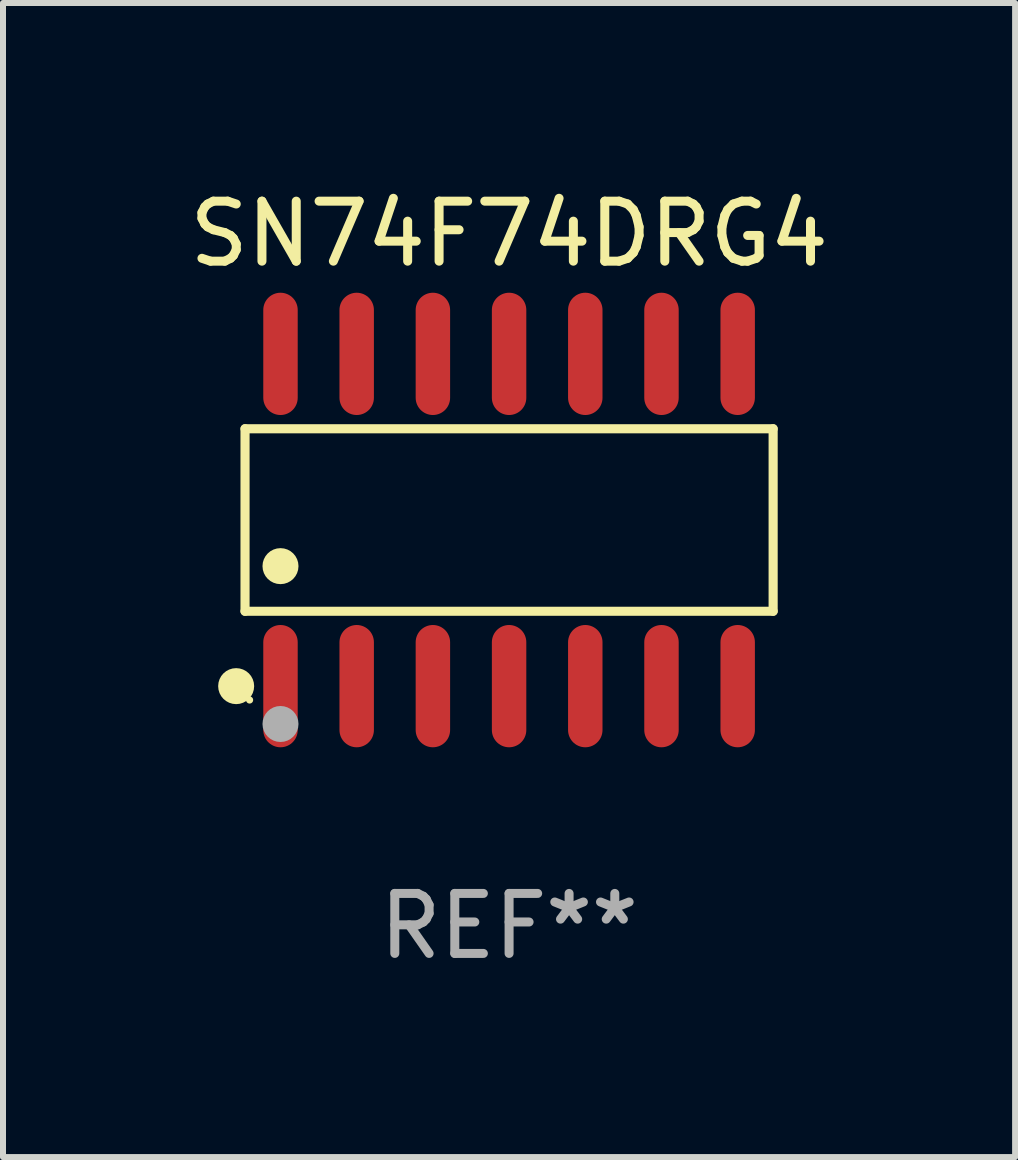
<source format=kicad_pcb>
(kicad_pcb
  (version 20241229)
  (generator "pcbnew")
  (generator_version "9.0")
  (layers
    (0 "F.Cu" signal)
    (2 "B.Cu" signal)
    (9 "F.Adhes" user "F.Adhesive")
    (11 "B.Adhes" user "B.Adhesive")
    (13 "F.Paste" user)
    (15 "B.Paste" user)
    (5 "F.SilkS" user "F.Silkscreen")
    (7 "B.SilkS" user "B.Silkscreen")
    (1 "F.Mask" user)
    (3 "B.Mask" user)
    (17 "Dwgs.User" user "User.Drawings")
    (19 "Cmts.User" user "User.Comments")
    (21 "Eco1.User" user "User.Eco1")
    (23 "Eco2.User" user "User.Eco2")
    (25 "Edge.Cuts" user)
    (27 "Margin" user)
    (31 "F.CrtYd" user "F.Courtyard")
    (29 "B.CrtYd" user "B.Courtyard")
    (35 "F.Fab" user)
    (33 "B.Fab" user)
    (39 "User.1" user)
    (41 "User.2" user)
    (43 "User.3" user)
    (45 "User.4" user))
  (footprint "SN74F74DRG4"
    (layer "F.Cu")
    (at 5.435 5.617)
    (property "Reference" "SN74F74DRG4" (at 0 -4.769 0) (layer "F.SilkS") (effects (font (size 1 1) (thickness 0.15))))
    (attr through_hole)
    (fp_line (start -4.401 -1.521) (end 4.401 -1.521) (stroke (width 0.152) (type solid)) (layer "F.SilkS"))
    (fp_line (start -4.401 1.521) (end -4.401 -1.521) (stroke (width 0.152) (type solid)) (layer "F.SilkS"))
    (fp_line (start 4.401 -1.521) (end 4.401 1.521) (stroke (width 0.152) (type solid)) (layer "F.SilkS"))
    (fp_line (start 4.401 1.521) (end -4.401 1.521) (stroke (width 0.152) (type solid)) (layer "F.SilkS"))
    (fp_circle (center -4.549 2.769) (end -4.399 2.769) (stroke (width 0.3) (type solid)) (fill no) (layer "F.SilkS"))
    (fp_circle (center -4.325 3) (end -4.295 3) (stroke (width 0.06) (type solid)) (fill no) (layer "F.SilkS"))
    (fp_circle (center -3.81 0.769) (end -3.66 0.769) (stroke (width 0.3) (type solid)) (fill no) (layer "F.SilkS"))
    (fp_circle (center -3.81 3.4) (end -3.66 3.4) (stroke (width 0.3) (type solid)) (fill no) (layer "F.Fab"))
    (fp_text user "REF**" (at 0 6.769 0) (layer "F.Fab") (effects (font (size 1 1) (thickness 0.15))))
    (pad "1" smd oval (at -3.81 2.769) (size 0.574 2.038) (layers "F.Cu" "F.Mask" "F.Paste"))
    (pad "2" smd oval (at -2.54 2.769) (size 0.574 2.038) (layers "F.Cu" "F.Mask" "F.Paste"))
    (pad "3" smd oval (at -1.27 2.769) (size 0.574 2.038) (layers "F.Cu" "F.Mask" "F.Paste"))
    (pad "4" smd oval (at 0 2.769) (size 0.574 2.038) (layers "F.Cu" "F.Mask" "F.Paste"))
    (pad "5" smd oval (at 1.27 2.769) (size 0.574 2.038) (layers "F.Cu" "F.Mask" "F.Paste"))
    (pad "6" smd oval (at 2.54 2.769) (size 0.574 2.038) (layers "F.Cu" "F.Mask" "F.Paste"))
    (pad "7" smd oval (at 3.81 2.769) (size 0.574 2.038) (layers "F.Cu" "F.Mask" "F.Paste"))
    (pad "8" smd oval (at 3.81 -2.769) (size 0.574 2.038) (layers "F.Cu" "F.Mask" "F.Paste"))
    (pad "9" smd oval (at 2.54 -2.769) (size 0.574 2.038) (layers "F.Cu" "F.Mask" "F.Paste"))
    (pad "10" smd oval (at 1.27 -2.769) (size 0.574 2.038) (layers "F.Cu" "F.Mask" "F.Paste"))
    (pad "11" smd oval (at 0 -2.769) (size 0.574 2.038) (layers "F.Cu" "F.Mask" "F.Paste"))
    (pad "12" smd oval (at -1.27 -2.769) (size 0.574 2.038) (layers "F.Cu" "F.Mask" "F.Paste"))
    (pad "13" smd oval (at -2.54 -2.769) (size 0.574 2.038) (layers "F.Cu" "F.Mask" "F.Paste"))
    (pad "14" smd oval (at -3.81 -2.769) (size 0.574 2.038) (layers "F.Cu" "F.Mask" "F.Paste")))
  (gr_rect
    (start -3 -3)
    (end 13.869 16.235)
    (stroke (width 0.1) (type default))
    (fill no)
    (layer "Edge.Cuts")))
</source>
